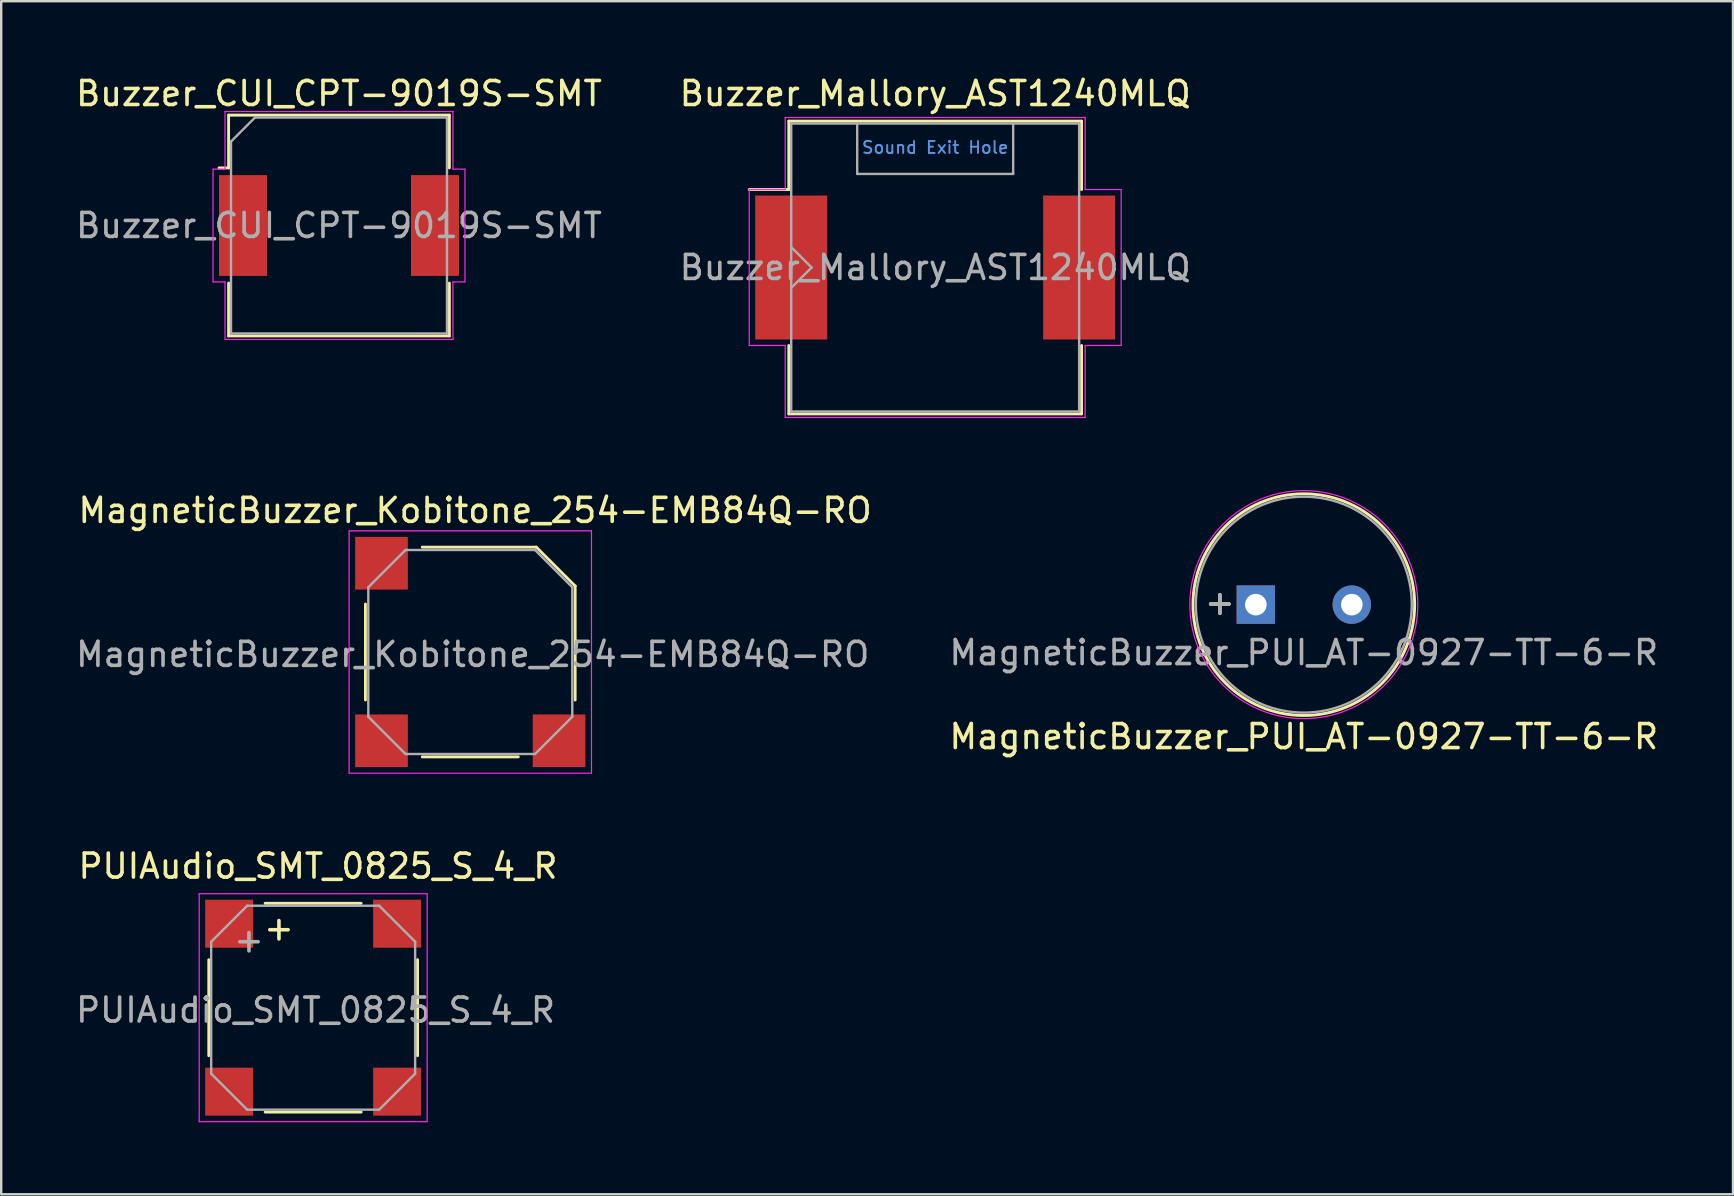
<source format=kicad_pcb>
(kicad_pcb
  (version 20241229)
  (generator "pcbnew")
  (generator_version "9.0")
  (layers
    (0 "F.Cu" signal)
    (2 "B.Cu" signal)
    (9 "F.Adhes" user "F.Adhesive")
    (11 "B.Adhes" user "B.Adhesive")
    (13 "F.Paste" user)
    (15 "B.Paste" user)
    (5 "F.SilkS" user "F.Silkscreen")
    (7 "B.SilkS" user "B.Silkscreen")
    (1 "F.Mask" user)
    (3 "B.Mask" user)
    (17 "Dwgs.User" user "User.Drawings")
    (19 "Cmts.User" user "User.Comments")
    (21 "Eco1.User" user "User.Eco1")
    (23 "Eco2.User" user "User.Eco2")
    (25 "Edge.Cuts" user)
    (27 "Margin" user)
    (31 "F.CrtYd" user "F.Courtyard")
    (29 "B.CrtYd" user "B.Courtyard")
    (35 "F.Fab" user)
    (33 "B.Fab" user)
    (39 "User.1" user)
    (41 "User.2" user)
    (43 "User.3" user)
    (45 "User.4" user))
  (footprint "MagneticBuzzer_Kobitone_254-EMB84Q-RO"
    (layer "F.Cu")
    (at 16.549 24.122)
    (property "Reference" "MagneticBuzzer_Kobitone_254-EMB84Q-RO" (at 0.2 -5.9 0) (layer "F.SilkS") (effects (font (size 1 1) (thickness 0.15))))
    (attr smd)
    (fp_line (start -4.37 -2) (end -4.37 2) (stroke (width 0.12) (type solid)) (layer "F.SilkS"))
    (fp_line (start -2 4.37) (end 2 4.37) (stroke (width 0.12) (type solid)) (layer "F.SilkS"))
    (fp_line (start 2.75 -4.37) (end -2 -4.37) (stroke (width 0.12) (type solid)) (layer "F.SilkS"))
    (fp_line (start 2.75 -4.37) (end 4.37 -2.75) (stroke (width 0.12) (type solid)) (layer "F.SilkS"))
    (fp_line (start 4.37 2) (end 4.37 -2.75) (stroke (width 0.12) (type solid)) (layer "F.SilkS"))
    (fp_line (start -5.05 -5.05) (end 5.05 -5.05) (stroke (width 0.05) (type solid)) (layer "F.CrtYd"))
    (fp_line (start -5.05 5.05) (end -5.05 -5.05) (stroke (width 0.05) (type solid)) (layer "F.CrtYd"))
    (fp_line (start 5.05 -5.05) (end 5.05 5.05) (stroke (width 0.05) (type solid)) (layer "F.CrtYd"))
    (fp_line (start 5.05 5.05) (end -5.05 5.05) (stroke (width 0.05) (type solid)) (layer "F.CrtYd"))
    (fp_line (start -4.25 -2.7) (end -2.7 -4.25) (stroke (width 0.1) (type solid)) (layer "F.Fab"))
    (fp_line (start -4.25 2.7) (end -4.25 -2.7) (stroke (width 0.1) (type solid)) (layer "F.Fab"))
    (fp_line (start -2.7 -4.25) (end 2.7 -4.25) (stroke (width 0.1) (type solid)) (layer "F.Fab"))
    (fp_line (start -2.7 4.25) (end -4.25 2.7) (stroke (width 0.1) (type solid)) (layer "F.Fab"))
    (fp_line (start 2.7 -4.25) (end 4.25 -2.7) (stroke (width 0.1) (type solid)) (layer "F.Fab"))
    (fp_line (start 2.7 4.25) (end -2.7 4.25) (stroke (width 0.1) (type solid)) (layer "F.Fab"))
    (fp_line (start 4.25 -2.7) (end 4.25 2.7) (stroke (width 0.1) (type solid)) (layer "F.Fab"))
    (fp_line (start 4.25 2.7) (end 2.7 4.25) (stroke (width 0.1) (type solid)) (layer "F.Fab"))
    (fp_text user "${REFERENCE}" (at 0.1 0.1 0) (layer "F.Fab") (effects (font (size 1 1) (thickness 0.15))))
    (pad "1" smd rect (at -3.7 -3.7 270) (size 2.195 2.195) (layers "F.Cu" "F.Mask" "F.Paste"))
    (pad "2" smd rect (at -3.7 3.7 270) (size 2.195 2.195) (layers "F.Cu" "F.Mask" "F.Paste"))
    (pad "3" smd rect (at 3.7 3.7 270) (size 2.195 2.195) (layers "F.Cu" "F.Mask" "F.Paste")))
  (footprint "Buzzer_CUI_CPT-9019S-SMT"
    (layer "F.Cu")
    (at 11.077 6.348)
    (property "Reference" "Buzzer_CUI_CPT-9019S-SMT" (at 0 -5.5 0) (layer "F.SilkS") (effects (font (size 1 1) (thickness 0.15))))
    (attr smd)
    (fp_line (start -4.6 -4.6) (end -4.6 -2.4) (stroke (width 0.12) (type solid)) (layer "F.SilkS"))
    (fp_line (start -4.6 -4.6) (end 4.6 -4.6) (stroke (width 0.12) (type solid)) (layer "F.SilkS"))
    (fp_line (start -4.6 -2.4) (end -5 -2.4) (stroke (width 0.12) (type solid)) (layer "F.SilkS"))
    (fp_line (start -4.6 2.4) (end -4.6 4.6) (stroke (width 0.12) (type solid)) (layer "F.SilkS"))
    (fp_line (start 4.6 -4.6) (end 4.6 -2.4) (stroke (width 0.12) (type solid)) (layer "F.SilkS"))
    (fp_line (start 4.6 2.4) (end 4.6 4.6) (stroke (width 0.12) (type solid)) (layer "F.SilkS"))
    (fp_line (start 4.6 4.6) (end -4.6 4.6) (stroke (width 0.12) (type solid)) (layer "F.SilkS"))
    (fp_line (start -5.25 -2.35) (end -4.75 -2.35) (stroke (width 0.05) (type solid)) (layer "F.CrtYd"))
    (fp_line (start -5.25 2.35) (end -5.25 -2.35) (stroke (width 0.05) (type solid)) (layer "F.CrtYd"))
    (fp_line (start -4.75 -4.75) (end 4.75 -4.75) (stroke (width 0.05) (type solid)) (layer "F.CrtYd"))
    (fp_line (start -4.75 -2.35) (end -4.75 -4.75) (stroke (width 0.05) (type solid)) (layer "F.CrtYd"))
    (fp_line (start -4.75 2.35) (end -5.25 2.35) (stroke (width 0.05) (type solid)) (layer "F.CrtYd"))
    (fp_line (start -4.75 4.75) (end -4.75 2.35) (stroke (width 0.05) (type solid)) (layer "F.CrtYd"))
    (fp_line (start 4.75 -4.75) (end 4.75 -2.35) (stroke (width 0.05) (type solid)) (layer "F.CrtYd"))
    (fp_line (start 4.75 -2.35) (end 5.25 -2.35) (stroke (width 0.05) (type solid)) (layer "F.CrtYd"))
    (fp_line (start 4.75 2.35) (end 4.75 4.75) (stroke (width 0.05) (type solid)) (layer "F.CrtYd"))
    (fp_line (start 4.75 4.75) (end -4.75 4.75) (stroke (width 0.05) (type solid)) (layer "F.CrtYd"))
    (fp_line (start 5.25 -2.35) (end 5.25 2.35) (stroke (width 0.05) (type solid)) (layer "F.CrtYd"))
    (fp_line (start 5.25 2.35) (end 4.75 2.35) (stroke (width 0.05) (type solid)) (layer "F.CrtYd"))
    (fp_line (start -4.5 -3.5) (end -4.5 4.5) (stroke (width 0.1) (type solid)) (layer "F.Fab"))
    (fp_line (start -4.5 4.5) (end 4.5 4.5) (stroke (width 0.1) (type solid)) (layer "F.Fab"))
    (fp_line (start -3.5 -4.5) (end -4.5 -3.5) (stroke (width 0.1) (type solid)) (layer "F.Fab"))
    (fp_line (start 4.5 -4.5) (end -3.5 -4.5) (stroke (width 0.1) (type solid)) (layer "F.Fab"))
    (fp_line (start 4.5 4.5) (end 4.5 -4.5) (stroke (width 0.1) (type solid)) (layer "F.Fab"))
    (fp_text user "${REFERENCE}" (at 0 0 0) (layer "F.Fab") (effects (font (size 1 1) (thickness 0.15))))
    (pad "1" smd rect (at -4 0) (size 2 4.2) (layers "F.Cu" "F.Mask" "F.Paste"))
    (pad "2" smd rect (at 4 0) (size 2 4.2) (layers "F.Cu" "F.Mask" "F.Paste")))
  (footprint "PUIAudio_SMT_0825_S_4_R"
    (layer "F.Cu")
    (at 10.001 38.945)
    (property "Reference" "PUIAudio_SMT_0825_S_4_R" (at 0.2 -5.9 0) (layer "F.SilkS") (effects (font (size 1 1) (thickness 0.15))))
    (attr smd)
    (fp_line (start -4.35 -2) (end -4.35 2) (stroke (width 0.12) (type solid)) (layer "F.SilkS"))
    (fp_line (start -2 4.35) (end 2 4.35) (stroke (width 0.12) (type solid)) (layer "F.SilkS"))
    (fp_line (start 2 -4.35) (end -2 -4.35) (stroke (width 0.12) (type solid)) (layer "F.SilkS"))
    (fp_line (start 4.35 2) (end 4.35 -2) (stroke (width 0.12) (type solid)) (layer "F.SilkS"))
    (fp_line (start -4.75 -4.75) (end 4.75 -4.75) (stroke (width 0.05) (type solid)) (layer "F.CrtYd"))
    (fp_line (start -4.75 4.75) (end -4.75 -4.75) (stroke (width 0.05) (type solid)) (layer "F.CrtYd"))
    (fp_line (start 4.75 -4.75) (end 4.75 4.75) (stroke (width 0.05) (type solid)) (layer "F.CrtYd"))
    (fp_line (start 4.75 4.75) (end -4.75 4.75) (stroke (width 0.05) (type solid)) (layer "F.CrtYd"))
    (fp_line (start -4.25 -2.75) (end -2.75 -4.25) (stroke (width 0.1) (type solid)) (layer "F.Fab"))
    (fp_line (start -4.25 2.75) (end -4.25 -2.75) (stroke (width 0.1) (type solid)) (layer "F.Fab"))
    (fp_line (start -2.75 -4.25) (end 2.75 -4.25) (stroke (width 0.1) (type solid)) (layer "F.Fab"))
    (fp_line (start -2.75 4.25) (end -4.25 2.75) (stroke (width 0.1) (type solid)) (layer "F.Fab"))
    (fp_line (start 2.75 -4.25) (end 4.25 -2.75) (stroke (width 0.1) (type solid)) (layer "F.Fab"))
    (fp_line (start 2.75 4.25) (end -2.75 4.25) (stroke (width 0.1) (type solid)) (layer "F.Fab"))
    (fp_line (start 4.25 -2.75) (end 4.25 2.75) (stroke (width 0.1) (type solid)) (layer "F.Fab"))
    (fp_line (start 4.25 2.75) (end 2.75 4.25) (stroke (width 0.1) (type solid)) (layer "F.Fab"))
    (fp_text user "+" (at -1.5 -3.25 270) (layer "F.SilkS") (effects (font (size 1 1) (thickness 0.15))))
    (fp_text user "+" (at -2.75 -2.75 270) (layer "F.Fab") (effects (font (size 1 1) (thickness 0.15))))
    (fp_text user "${REFERENCE}" (at 0.1 0.1 0) (layer "F.Fab") (effects (font (size 1 1) (thickness 0.15))))
    (pad "1" smd rect (at -3.5 -3.5 270) (size 2 2) (layers "F.Cu" "F.Mask" "F.Paste"))
    (pad "2" smd rect (at -3.5 3.5 270) (size 2 2) (layers "F.Cu" "F.Mask" "F.Paste"))
    (pad "3" smd rect (at 3.5 3.5 270) (size 2 2) (layers "F.Cu" "F.Mask" "F.Paste"))
    (pad "4" smd rect (at 3.5 -3.5 270) (size 2 2) (layers "F.Cu" "F.Mask" "F.Paste")))
  (footprint "MagneticBuzzer_PUI_AT-0927-TT-6-R"
    (layer "F.Cu")
    (at 49.285 22.148)
    (property "Reference" "MagneticBuzzer_PUI_AT-0927-TT-6-R" (at 2 5.5 0) (layer "F.SilkS") (effects (font (size 1 1) (thickness 0.15))))
    (attr through_hole)
    (fp_circle (center 2 0) (end 6.62 0) (stroke (width 0.12) (type solid)) (fill no) (layer "F.SilkS"))
    (fp_circle (center 2 0) (end 6.75 0) (stroke (width 0.05) (type solid)) (fill no) (layer "F.CrtYd"))
    (fp_circle (center 2 0) (end 6.5 0) (stroke (width 0.1) (type solid)) (fill no) (layer "F.Fab"))
    (fp_text user "+" (at -1.5 -0.1 0) (layer "F.SilkS") (effects (font (size 1 1) (thickness 0.15))))
    (fp_text user "+" (at -1.5 -0.1 0) (layer "F.Fab") (effects (font (size 1 1) (thickness 0.15))))
    (fp_text user "${REFERENCE}" (at 2 2 0) (layer "F.Fab") (effects (font (size 1 1) (thickness 0.15))))
    (pad "1" thru_hole rect (at 0 0) (size 1.6 1.6) (drill 0.9) (layers "*.Cu" "*.Mask"))
    (pad "2" thru_hole circle (at 4 0) (size 1.6 1.6) (drill 0.9) (layers "*.Cu" "*.Mask")))
  (footprint "Buzzer_Mallory_AST1240MLQ"
    (layer "F.Cu")
    (at 35.923 8.098)
    (property "Reference" "Buzzer_Mallory_AST1240MLQ" (at 0 -7.25 0) (layer "F.SilkS") (effects (font (size 1 1) (thickness 0.15))))
    (attr smd)
    (fp_line (start -6.1 -6.1) (end 6.1 -6.1) (stroke (width 0.12) (type solid)) (layer "F.SilkS"))
    (fp_line (start -6.1 -3.25) (end -7.75 -3.25) (stroke (width 0.12) (type solid)) (layer "F.SilkS"))
    (fp_line (start -6.1 -3.25) (end -6.1 -6.1) (stroke (width 0.12) (type solid)) (layer "F.SilkS"))
    (fp_line (start -6.1 6.1) (end -6.1 3.25) (stroke (width 0.12) (type solid)) (layer "F.SilkS"))
    (fp_line (start 6.1 -6.1) (end 6.1 -3.25) (stroke (width 0.12) (type solid)) (layer "F.SilkS"))
    (fp_line (start 6.1 3.25) (end 6.1 6.1) (stroke (width 0.12) (type solid)) (layer "F.SilkS"))
    (fp_line (start 6.1 6.1) (end -6.1 6.1) (stroke (width 0.12) (type solid)) (layer "F.SilkS"))
    (fp_line (start -7.75 -3.25) (end -6.25 -3.25) (stroke (width 0.05) (type solid)) (layer "F.CrtYd"))
    (fp_line (start -7.75 3.25) (end -7.75 -3.25) (stroke (width 0.05) (type solid)) (layer "F.CrtYd"))
    (fp_line (start -6.25 -6.25) (end 6.25 -6.25) (stroke (width 0.05) (type solid)) (layer "F.CrtYd"))
    (fp_line (start -6.25 -3.25) (end -6.25 -6.25) (stroke (width 0.05) (type solid)) (layer "F.CrtYd"))
    (fp_line (start -6.25 3.25) (end -7.75 3.25) (stroke (width 0.05) (type solid)) (layer "F.CrtYd"))
    (fp_line (start -6.25 6.25) (end -6.25 3.25) (stroke (width 0.05) (type solid)) (layer "F.CrtYd"))
    (fp_line (start 6.25 -6.25) (end 6.25 -3.25) (stroke (width 0.05) (type solid)) (layer "F.CrtYd"))
    (fp_line (start 6.25 -3.25) (end 7.75 -3.25) (stroke (width 0.05) (type solid)) (layer "F.CrtYd"))
    (fp_line (start 6.25 3.25) (end 6.25 6.25) (stroke (width 0.05) (type solid)) (layer "F.CrtYd"))
    (fp_line (start 6.25 6.25) (end -6.25 6.25) (stroke (width 0.05) (type solid)) (layer "F.CrtYd"))
    (fp_line (start 7.75 -3.25) (end 7.75 3.25) (stroke (width 0.05) (type solid)) (layer "F.CrtYd"))
    (fp_line (start 7.75 3.25) (end 6.25 3.25) (stroke (width 0.05) (type solid)) (layer "F.CrtYd"))
    (fp_line (start -6 -6) (end 6 -6) (stroke (width 0.1) (type solid)) (layer "F.Fab"))
    (fp_line (start -6 6) (end -6 -6) (stroke (width 0.1) (type solid)) (layer "F.Fab"))
    (fp_line (start -5.15 0) (end -6 -0.85) (stroke (width 0.1) (type solid)) (layer "F.Fab"))
    (fp_line (start -5.15 0) (end -6 0.85) (stroke (width 0.1) (type solid)) (layer "F.Fab"))
    (fp_line (start -3.25 -6) (end -3.25 -3.9) (stroke (width 0.1) (type solid)) (layer "F.Fab"))
    (fp_line (start -3.25 -3.9) (end 3.25 -3.9) (stroke (width 0.1) (type solid)) (layer "F.Fab"))
    (fp_line (start 3.25 -3.9) (end 3.25 -6) (stroke (width 0.1) (type solid)) (layer "F.Fab"))
    (fp_line (start 6 -6) (end 6 6) (stroke (width 0.1) (type solid)) (layer "F.Fab"))
    (fp_line (start 6 6) (end -6 6) (stroke (width 0.1) (type solid)) (layer "F.Fab"))
    (fp_text user "Sound Exit Hole" (at 0 -5 0) (unlocked yes) (layer "Cmts.User") (effects (font (size 0.5 0.5) (thickness 0.08))))
    (fp_text user "${REFERENCE}" (at 0 0 180) (layer "F.Fab") (effects (font (size 1 1) (thickness 0.15))))
    (pad "1" smd rect (at -6 0) (size 3 6) (layers "F.Cu" "F.Mask" "F.Paste"))
    (pad "2" smd rect (at 6 0) (size 3 6) (layers "F.Cu" "F.Mask" "F.Paste")))
  (gr_rect
    (start -3 -3)
    (end 69.171 46.72)
    (stroke (width 0.1) (type default))
    (fill no)
    (layer "Edge.Cuts")))
</source>
